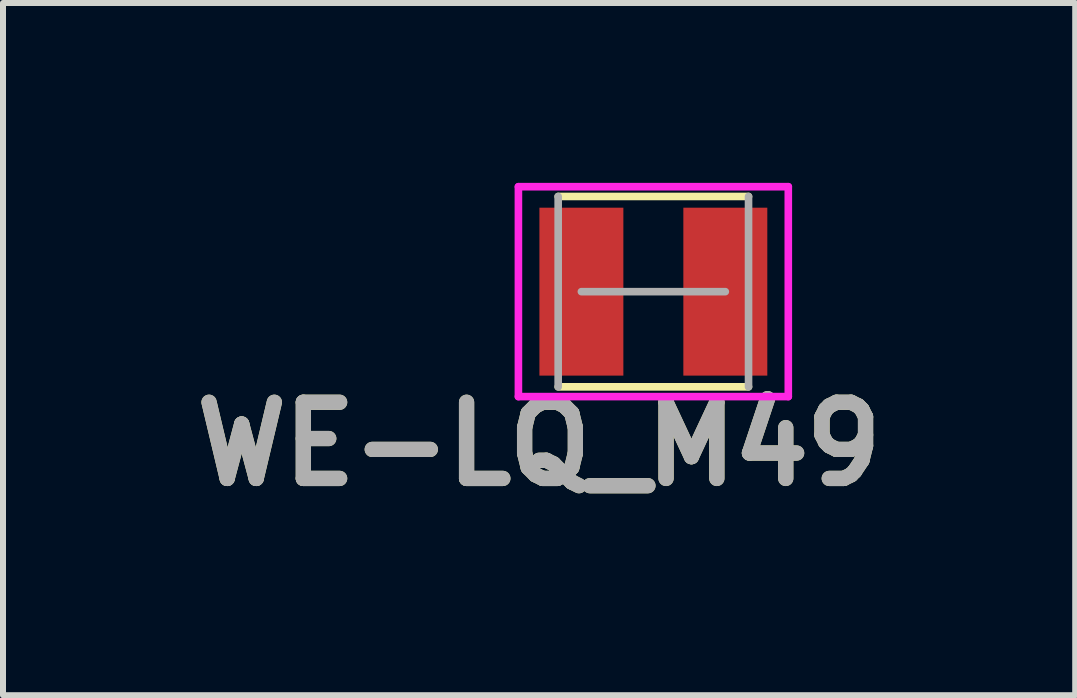
<source format=kicad_pcb>
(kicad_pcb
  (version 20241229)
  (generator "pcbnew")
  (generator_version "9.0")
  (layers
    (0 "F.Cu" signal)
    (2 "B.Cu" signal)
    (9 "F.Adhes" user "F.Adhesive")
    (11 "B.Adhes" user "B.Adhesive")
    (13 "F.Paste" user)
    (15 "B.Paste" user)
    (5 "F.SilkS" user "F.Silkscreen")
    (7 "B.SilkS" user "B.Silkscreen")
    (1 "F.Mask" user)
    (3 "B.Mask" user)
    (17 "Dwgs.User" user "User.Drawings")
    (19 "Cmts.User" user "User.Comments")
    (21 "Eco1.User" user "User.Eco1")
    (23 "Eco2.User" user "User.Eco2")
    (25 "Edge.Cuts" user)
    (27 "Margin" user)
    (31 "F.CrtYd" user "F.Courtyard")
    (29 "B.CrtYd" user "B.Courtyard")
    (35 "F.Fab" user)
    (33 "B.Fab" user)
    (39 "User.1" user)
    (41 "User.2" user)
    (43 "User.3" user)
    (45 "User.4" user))
  (footprint "WE-LQ_M49"
    (layer "F.Cu")
    (at 7.844 1.813)
    (property "Reference" "WE-LQ_M49" (at -1.905 2.54 0) (layer "F.SilkS") (effects (font (size 1.27 1.27) (thickness 0.254))))
    (attr smd)
    (fp_line (start -1.587 -1.587) (end 1.587 -1.587) (stroke (width 0.127) (type solid)) (layer "F.SilkS"))
    (fp_line (start 1.587 1.587) (end -1.587 1.587) (stroke (width 0.127) (type solid)) (layer "F.SilkS"))
    (fp_line (start -2.25 -1.75) (end -2.25 1.75) (stroke (width 0.127) (type solid)) (layer "F.CrtYd"))
    (fp_line (start -2.25 1.75) (end 2.25 1.75) (stroke (width 0.127) (type solid)) (layer "F.CrtYd"))
    (fp_line (start 2.25 -1.75) (end -2.25 -1.75) (stroke (width 0.127) (type solid)) (layer "F.CrtYd"))
    (fp_line (start 2.25 1.75) (end 2.25 -1.75) (stroke (width 0.127) (type solid)) (layer "F.CrtYd"))
    (fp_line (start -1.587 1.587) (end -1.587 -1.587) (stroke (width 0.127) (type solid)) (layer "F.Fab"))
    (fp_line (start -1.2 0) (end 1.2 0) (stroke (width 0.127) (type solid)) (layer "F.Fab"))
    (fp_line (start 1.587 -1.587) (end 1.587 1.587) (stroke (width 0.127) (type solid)) (layer "F.Fab"))
    (fp_text user "${REFERENCE}" (at -1.905 2.54 0) (layer "F.Fab") (effects (font (size 1.27 1.27) (thickness 0.254))))
    (pad "1" smd rect (at -1.2 0) (size 1.4 2.8) (layers "F.Cu" "F.Mask" "F.Paste"))
    (pad "2" smd rect (at 1.2 0) (size 1.4 2.8) (layers "F.Cu" "F.Mask" "F.Paste")))
  (gr_rect
    (start -3 -3)
    (end 14.878 8.542)
    (stroke (width 0.1) (type default))
    (fill no)
    (layer "Edge.Cuts")))
</source>
